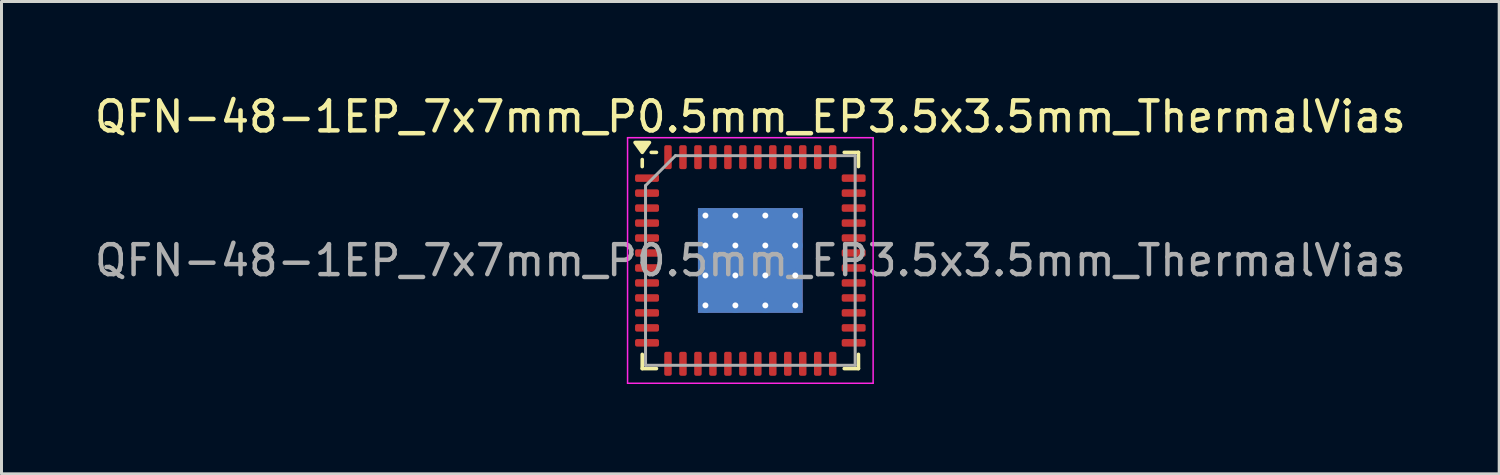
<source format=kicad_pcb>
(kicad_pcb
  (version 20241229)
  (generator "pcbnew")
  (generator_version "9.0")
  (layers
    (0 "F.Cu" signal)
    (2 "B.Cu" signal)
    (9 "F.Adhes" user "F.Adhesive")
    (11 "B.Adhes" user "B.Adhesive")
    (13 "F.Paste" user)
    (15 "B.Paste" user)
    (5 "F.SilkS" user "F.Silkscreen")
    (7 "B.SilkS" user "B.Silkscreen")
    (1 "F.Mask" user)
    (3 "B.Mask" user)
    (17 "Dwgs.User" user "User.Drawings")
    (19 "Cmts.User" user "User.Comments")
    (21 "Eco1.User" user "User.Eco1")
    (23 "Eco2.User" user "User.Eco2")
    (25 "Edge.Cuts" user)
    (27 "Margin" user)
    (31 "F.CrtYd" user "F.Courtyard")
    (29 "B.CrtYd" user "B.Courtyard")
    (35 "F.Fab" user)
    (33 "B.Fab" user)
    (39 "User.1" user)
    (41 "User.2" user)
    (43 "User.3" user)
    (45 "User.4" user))
  (footprint "QFN-48-1EP_7x7mm_P0.5mm_EP3.5x3.5mm_ThermalVias"
    (layer "F.Cu")
    (at 22.006 5.648)
    (property "Reference" "QFN-48-1EP_7x7mm_P0.5mm_EP3.5x3.5mm_ThermalVias" (at 0 -4.8 0) (layer "F.SilkS") (effects (font (size 1 1) (thickness 0.15))))
    (attr smd)
    (fp_line (start -3.61 -3.135) (end -3.61 -3.37) (stroke (width 0.12) (type solid)) (layer "F.SilkS"))
    (fp_line (start -3.61 3.61) (end -3.61 3.135) (stroke (width 0.12) (type solid)) (layer "F.SilkS"))
    (fp_line (start -3.135 -3.61) (end -3.31 -3.61) (stroke (width 0.12) (type solid)) (layer "F.SilkS"))
    (fp_line (start -3.135 3.61) (end -3.61 3.61) (stroke (width 0.12) (type solid)) (layer "F.SilkS"))
    (fp_line (start 3.135 -3.61) (end 3.61 -3.61) (stroke (width 0.12) (type solid)) (layer "F.SilkS"))
    (fp_line (start 3.135 3.61) (end 3.61 3.61) (stroke (width 0.12) (type solid)) (layer "F.SilkS"))
    (fp_line (start 3.61 -3.61) (end 3.61 -3.135) (stroke (width 0.12) (type solid)) (layer "F.SilkS"))
    (fp_line (start 3.61 3.61) (end 3.61 3.135) (stroke (width 0.12) (type solid)) (layer "F.SilkS"))
    (fp_poly (pts (xy -3.61 -3.61) (xy -3.85 -3.94) (xy -3.37 -3.94) (xy -3.61 -3.61)) (stroke (width 0.12) (type solid)) (fill yes) (layer "F.SilkS"))
    (fp_line (start -4.1 -4.1) (end -4.1 4.1) (stroke (width 0.05) (type solid)) (layer "F.CrtYd"))
    (fp_line (start -4.1 4.1) (end 4.1 4.1) (stroke (width 0.05) (type solid)) (layer "F.CrtYd"))
    (fp_line (start 4.1 -4.1) (end -4.1 -4.1) (stroke (width 0.05) (type solid)) (layer "F.CrtYd"))
    (fp_line (start 4.1 4.1) (end 4.1 -4.1) (stroke (width 0.05) (type solid)) (layer "F.CrtYd"))
    (fp_line (start -3.5 -2.5) (end -2.5 -3.5) (stroke (width 0.1) (type solid)) (layer "F.Fab"))
    (fp_line (start -3.5 3.5) (end -3.5 -2.5) (stroke (width 0.1) (type solid)) (layer "F.Fab"))
    (fp_line (start -2.5 -3.5) (end 3.5 -3.5) (stroke (width 0.1) (type solid)) (layer "F.Fab"))
    (fp_line (start 3.5 -3.5) (end 3.5 3.5) (stroke (width 0.1) (type solid)) (layer "F.Fab"))
    (fp_line (start 3.5 3.5) (end -3.5 3.5) (stroke (width 0.1) (type solid)) (layer "F.Fab"))
    (fp_text user "${REFERENCE}" (at 0 0 0) (layer "F.Fab") (effects (font (size 1 1) (thickness 0.15))))
    (pad "" smd custom (at -1 -1) (size 0.772 0.772) (layers "F.Paste") (options (anchor circle)) (primitives (gr_poly (pts (xy -0.32 -0.211) (xy -0.211 -0.32) (xy 0.211 -0.32) (xy 0.32 -0.211) (xy 0.32 0.211) (xy 0.211 0.32) (xy -0.211 0.32) (xy -0.32 0.211)) (width 0.264) (fill yes))))
    (pad "" smd custom (at -1 0) (size 0.772 0.772) (layers "F.Paste") (options (anchor circle)) (primitives (gr_poly (pts (xy -0.32 -0.211) (xy -0.211 -0.32) (xy 0.211 -0.32) (xy 0.32 -0.211) (xy 0.32 0.211) (xy 0.211 0.32) (xy -0.211 0.32) (xy -0.32 0.211)) (width 0.264) (fill yes))))
    (pad "" smd custom (at -1 1) (size 0.772 0.772) (layers "F.Paste") (options (anchor circle)) (primitives (gr_poly (pts (xy -0.32 -0.211) (xy -0.211 -0.32) (xy 0.211 -0.32) (xy 0.32 -0.211) (xy 0.32 0.211) (xy 0.211 0.32) (xy -0.211 0.32) (xy -0.32 0.211)) (width 0.264) (fill yes))))
    (pad "" smd custom (at 0 -1) (size 0.772 0.772) (layers "F.Paste") (options (anchor circle)) (primitives (gr_poly (pts (xy -0.32 -0.211) (xy -0.211 -0.32) (xy 0.211 -0.32) (xy 0.32 -0.211) (xy 0.32 0.211) (xy 0.211 0.32) (xy -0.211 0.32) (xy -0.32 0.211)) (width 0.264) (fill yes))))
    (pad "" smd custom (at 0 0) (size 0.772 0.772) (layers "F.Paste") (options (anchor circle)) (primitives (gr_poly (pts (xy -0.32 -0.211) (xy -0.211 -0.32) (xy 0.211 -0.32) (xy 0.32 -0.211) (xy 0.32 0.211) (xy 0.211 0.32) (xy -0.211 0.32) (xy -0.32 0.211)) (width 0.264) (fill yes))))
    (pad "" smd custom (at 0 1) (size 0.772 0.772) (layers "F.Paste") (options (anchor circle)) (primitives (gr_poly (pts (xy -0.32 -0.211) (xy -0.211 -0.32) (xy 0.211 -0.32) (xy 0.32 -0.211) (xy 0.32 0.211) (xy 0.211 0.32) (xy -0.211 0.32) (xy -0.32 0.211)) (width 0.264) (fill yes))))
    (pad "" smd custom (at 1 -1) (size 0.772 0.772) (layers "F.Paste") (options (anchor circle)) (primitives (gr_poly (pts (xy -0.32 -0.211) (xy -0.211 -0.32) (xy 0.211 -0.32) (xy 0.32 -0.211) (xy 0.32 0.211) (xy 0.211 0.32) (xy -0.211 0.32) (xy -0.32 0.211)) (width 0.264) (fill yes))))
    (pad "" smd custom (at 1 0) (size 0.772 0.772) (layers "F.Paste") (options (anchor circle)) (primitives (gr_poly (pts (xy -0.32 -0.211) (xy -0.211 -0.32) (xy 0.211 -0.32) (xy 0.32 -0.211) (xy 0.32 0.211) (xy 0.211 0.32) (xy -0.211 0.32) (xy -0.32 0.211)) (width 0.264) (fill yes))))
    (pad "" smd custom (at 1 1) (size 0.772 0.772) (layers "F.Paste") (options (anchor circle)) (primitives (gr_poly (pts (xy -0.32 -0.211) (xy -0.211 -0.32) (xy 0.211 -0.32) (xy 0.32 -0.211) (xy 0.32 0.211) (xy 0.211 0.32) (xy -0.211 0.32) (xy -0.32 0.211)) (width 0.264) (fill yes))))
    (pad "1" smd roundrect (at -3.45 -2.75) (size 0.8 0.25) (layers "F.Cu" "F.Mask" "F.Paste") (roundrect_rratio 0.25))
    (pad "2" smd roundrect (at -3.45 -2.25) (size 0.8 0.25) (layers "F.Cu" "F.Mask" "F.Paste") (roundrect_rratio 0.25))
    (pad "3" smd roundrect (at -3.45 -1.75) (size 0.8 0.25) (layers "F.Cu" "F.Mask" "F.Paste") (roundrect_rratio 0.25))
    (pad "4" smd roundrect (at -3.45 -1.25) (size 0.8 0.25) (layers "F.Cu" "F.Mask" "F.Paste") (roundrect_rratio 0.25))
    (pad "5" smd roundrect (at -3.45 -0.75) (size 0.8 0.25) (layers "F.Cu" "F.Mask" "F.Paste") (roundrect_rratio 0.25))
    (pad "6" smd roundrect (at -3.45 -0.25) (size 0.8 0.25) (layers "F.Cu" "F.Mask" "F.Paste") (roundrect_rratio 0.25))
    (pad "7" smd roundrect (at -3.45 0.25) (size 0.8 0.25) (layers "F.Cu" "F.Mask" "F.Paste") (roundrect_rratio 0.25))
    (pad "8" smd roundrect (at -3.45 0.75) (size 0.8 0.25) (layers "F.Cu" "F.Mask" "F.Paste") (roundrect_rratio 0.25))
    (pad "9" smd roundrect (at -3.45 1.25) (size 0.8 0.25) (layers "F.Cu" "F.Mask" "F.Paste") (roundrect_rratio 0.25))
    (pad "10" smd roundrect (at -3.45 1.75) (size 0.8 0.25) (layers "F.Cu" "F.Mask" "F.Paste") (roundrect_rratio 0.25))
    (pad "11" smd roundrect (at -3.45 2.25) (size 0.8 0.25) (layers "F.Cu" "F.Mask" "F.Paste") (roundrect_rratio 0.25))
    (pad "12" smd roundrect (at -3.45 2.75) (size 0.8 0.25) (layers "F.Cu" "F.Mask" "F.Paste") (roundrect_rratio 0.25))
    (pad "13" smd roundrect (at -2.75 3.45) (size 0.25 0.8) (layers "F.Cu" "F.Mask" "F.Paste") (roundrect_rratio 0.25))
    (pad "14" smd roundrect (at -2.25 3.45) (size 0.25 0.8) (layers "F.Cu" "F.Mask" "F.Paste") (roundrect_rratio 0.25))
    (pad "15" smd roundrect (at -1.75 3.45) (size 0.25 0.8) (layers "F.Cu" "F.Mask" "F.Paste") (roundrect_rratio 0.25))
    (pad "16" smd roundrect (at -1.25 3.45) (size 0.25 0.8) (layers "F.Cu" "F.Mask" "F.Paste") (roundrect_rratio 0.25))
    (pad "17" smd roundrect (at -0.75 3.45) (size 0.25 0.8) (layers "F.Cu" "F.Mask" "F.Paste") (roundrect_rratio 0.25))
    (pad "18" smd roundrect (at -0.25 3.45) (size 0.25 0.8) (layers "F.Cu" "F.Mask" "F.Paste") (roundrect_rratio 0.25))
    (pad "19" smd roundrect (at 0.25 3.45) (size 0.25 0.8) (layers "F.Cu" "F.Mask" "F.Paste") (roundrect_rratio 0.25))
    (pad "20" smd roundrect (at 0.75 3.45) (size 0.25 0.8) (layers "F.Cu" "F.Mask" "F.Paste") (roundrect_rratio 0.25))
    (pad "21" smd roundrect (at 1.25 3.45) (size 0.25 0.8) (layers "F.Cu" "F.Mask" "F.Paste") (roundrect_rratio 0.25))
    (pad "22" smd roundrect (at 1.75 3.45) (size 0.25 0.8) (layers "F.Cu" "F.Mask" "F.Paste") (roundrect_rratio 0.25))
    (pad "23" smd roundrect (at 2.25 3.45) (size 0.25 0.8) (layers "F.Cu" "F.Mask" "F.Paste") (roundrect_rratio 0.25))
    (pad "24" smd roundrect (at 2.75 3.45) (size 0.25 0.8) (layers "F.Cu" "F.Mask" "F.Paste") (roundrect_rratio 0.25))
    (pad "25" smd roundrect (at 3.45 2.75) (size 0.8 0.25) (layers "F.Cu" "F.Mask" "F.Paste") (roundrect_rratio 0.25))
    (pad "26" smd roundrect (at 3.45 2.25) (size 0.8 0.25) (layers "F.Cu" "F.Mask" "F.Paste") (roundrect_rratio 0.25))
    (pad "27" smd roundrect (at 3.45 1.75) (size 0.8 0.25) (layers "F.Cu" "F.Mask" "F.Paste") (roundrect_rratio 0.25))
    (pad "28" smd roundrect (at 3.45 1.25) (size 0.8 0.25) (layers "F.Cu" "F.Mask" "F.Paste") (roundrect_rratio 0.25))
    (pad "29" smd roundrect (at 3.45 0.75) (size 0.8 0.25) (layers "F.Cu" "F.Mask" "F.Paste") (roundrect_rratio 0.25))
    (pad "30" smd roundrect (at 3.45 0.25) (size 0.8 0.25) (layers "F.Cu" "F.Mask" "F.Paste") (roundrect_rratio 0.25))
    (pad "31" smd roundrect (at 3.45 -0.25) (size 0.8 0.25) (layers "F.Cu" "F.Mask" "F.Paste") (roundrect_rratio 0.25))
    (pad "32" smd roundrect (at 3.45 -0.75) (size 0.8 0.25) (layers "F.Cu" "F.Mask" "F.Paste") (roundrect_rratio 0.25))
    (pad "33" smd roundrect (at 3.45 -1.25) (size 0.8 0.25) (layers "F.Cu" "F.Mask" "F.Paste") (roundrect_rratio 0.25))
    (pad "34" smd roundrect (at 3.45 -1.75) (size 0.8 0.25) (layers "F.Cu" "F.Mask" "F.Paste") (roundrect_rratio 0.25))
    (pad "35" smd roundrect (at 3.45 -2.25) (size 0.8 0.25) (layers "F.Cu" "F.Mask" "F.Paste") (roundrect_rratio 0.25))
    (pad "36" smd roundrect (at 3.45 -2.75) (size 0.8 0.25) (layers "F.Cu" "F.Mask" "F.Paste") (roundrect_rratio 0.25))
    (pad "37" smd roundrect (at 2.75 -3.45) (size 0.25 0.8) (layers "F.Cu" "F.Mask" "F.Paste") (roundrect_rratio 0.25))
    (pad "38" smd roundrect (at 2.25 -3.45) (size 0.25 0.8) (layers "F.Cu" "F.Mask" "F.Paste") (roundrect_rratio 0.25))
    (pad "39" smd roundrect (at 1.75 -3.45) (size 0.25 0.8) (layers "F.Cu" "F.Mask" "F.Paste") (roundrect_rratio 0.25))
    (pad "40" smd roundrect (at 1.25 -3.45) (size 0.25 0.8) (layers "F.Cu" "F.Mask" "F.Paste") (roundrect_rratio 0.25))
    (pad "41" smd roundrect (at 0.75 -3.45) (size 0.25 0.8) (layers "F.Cu" "F.Mask" "F.Paste") (roundrect_rratio 0.25))
    (pad "42" smd roundrect (at 0.25 -3.45) (size 0.25 0.8) (layers "F.Cu" "F.Mask" "F.Paste") (roundrect_rratio 0.25))
    (pad "43" smd roundrect (at -0.25 -3.45) (size 0.25 0.8) (layers "F.Cu" "F.Mask" "F.Paste") (roundrect_rratio 0.25))
    (pad "44" smd roundrect (at -0.75 -3.45) (size 0.25 0.8) (layers "F.Cu" "F.Mask" "F.Paste") (roundrect_rratio 0.25))
    (pad "45" smd roundrect (at -1.25 -3.45) (size 0.25 0.8) (layers "F.Cu" "F.Mask" "F.Paste") (roundrect_rratio 0.25))
    (pad "46" smd roundrect (at -1.75 -3.45) (size 0.25 0.8) (layers "F.Cu" "F.Mask" "F.Paste") (roundrect_rratio 0.25))
    (pad "47" smd roundrect (at -2.25 -3.45) (size 0.25 0.8) (layers "F.Cu" "F.Mask" "F.Paste") (roundrect_rratio 0.25))
    (pad "48" smd roundrect (at -2.75 -3.45) (size 0.25 0.8) (layers "F.Cu" "F.Mask" "F.Paste") (roundrect_rratio 0.25))
    (pad "49" thru_hole circle (at -1.5 -1.5) (size 0.5 0.5) (drill 0.2) (property pad_prop_heatsink) (layers "*.Cu"))
    (pad "49" thru_hole circle (at -1.5 -0.5) (size 0.5 0.5) (drill 0.2) (property pad_prop_heatsink) (layers "*.Cu"))
    (pad "49" thru_hole circle (at -1.5 0.5) (size 0.5 0.5) (drill 0.2) (property pad_prop_heatsink) (layers "*.Cu"))
    (pad "49" thru_hole circle (at -1.5 1.5) (size 0.5 0.5) (drill 0.2) (property pad_prop_heatsink) (layers "*.Cu"))
    (pad "49" thru_hole circle (at -0.5 -1.5) (size 0.5 0.5) (drill 0.2) (property pad_prop_heatsink) (layers "*.Cu"))
    (pad "49" thru_hole circle (at -0.5 -0.5) (size 0.5 0.5) (drill 0.2) (property pad_prop_heatsink) (layers "*.Cu"))
    (pad "49" thru_hole circle (at -0.5 0.5) (size 0.5 0.5) (drill 0.2) (property pad_prop_heatsink) (layers "*.Cu"))
    (pad "49" thru_hole circle (at -0.5 1.5) (size 0.5 0.5) (drill 0.2) (property pad_prop_heatsink) (layers "*.Cu"))
    (pad "49" smd rect (at 0 0) (size 3.5 3.5) (property pad_prop_heatsink) (layers "F.Cu" "F.Mask"))
    (pad "49" smd rect (at 0 0) (size 3.5 3.5) (property pad_prop_heatsink) (layers "B.Cu"))
    (pad "49" thru_hole circle (at 0.5 -1.5) (size 0.5 0.5) (drill 0.2) (property pad_prop_heatsink) (layers "*.Cu"))
    (pad "49" thru_hole circle (at 0.5 -0.5) (size 0.5 0.5) (drill 0.2) (property pad_prop_heatsink) (layers "*.Cu"))
    (pad "49" thru_hole circle (at 0.5 0.5) (size 0.5 0.5) (drill 0.2) (property pad_prop_heatsink) (layers "*.Cu"))
    (pad "49" thru_hole circle (at 0.5 1.5) (size 0.5 0.5) (drill 0.2) (property pad_prop_heatsink) (layers "*.Cu"))
    (pad "49" thru_hole circle (at 1.5 -1.5) (size 0.5 0.5) (drill 0.2) (property pad_prop_heatsink) (layers "*.Cu"))
    (pad "49" thru_hole circle (at 1.5 -0.5) (size 0.5 0.5) (drill 0.2) (property pad_prop_heatsink) (layers "*.Cu"))
    (pad "49" thru_hole circle (at 1.5 0.5) (size 0.5 0.5) (drill 0.2) (property pad_prop_heatsink) (layers "*.Cu"))
    (pad "49" thru_hole circle (at 1.5 1.5) (size 0.5 0.5) (drill 0.2) (property pad_prop_heatsink) (layers "*.Cu")))
  (gr_rect
    (start -3 -3)
    (end 47.012 12.773)
    (stroke (width 0.1) (type default))
    (fill no)
    (layer "Edge.Cuts")))
</source>
